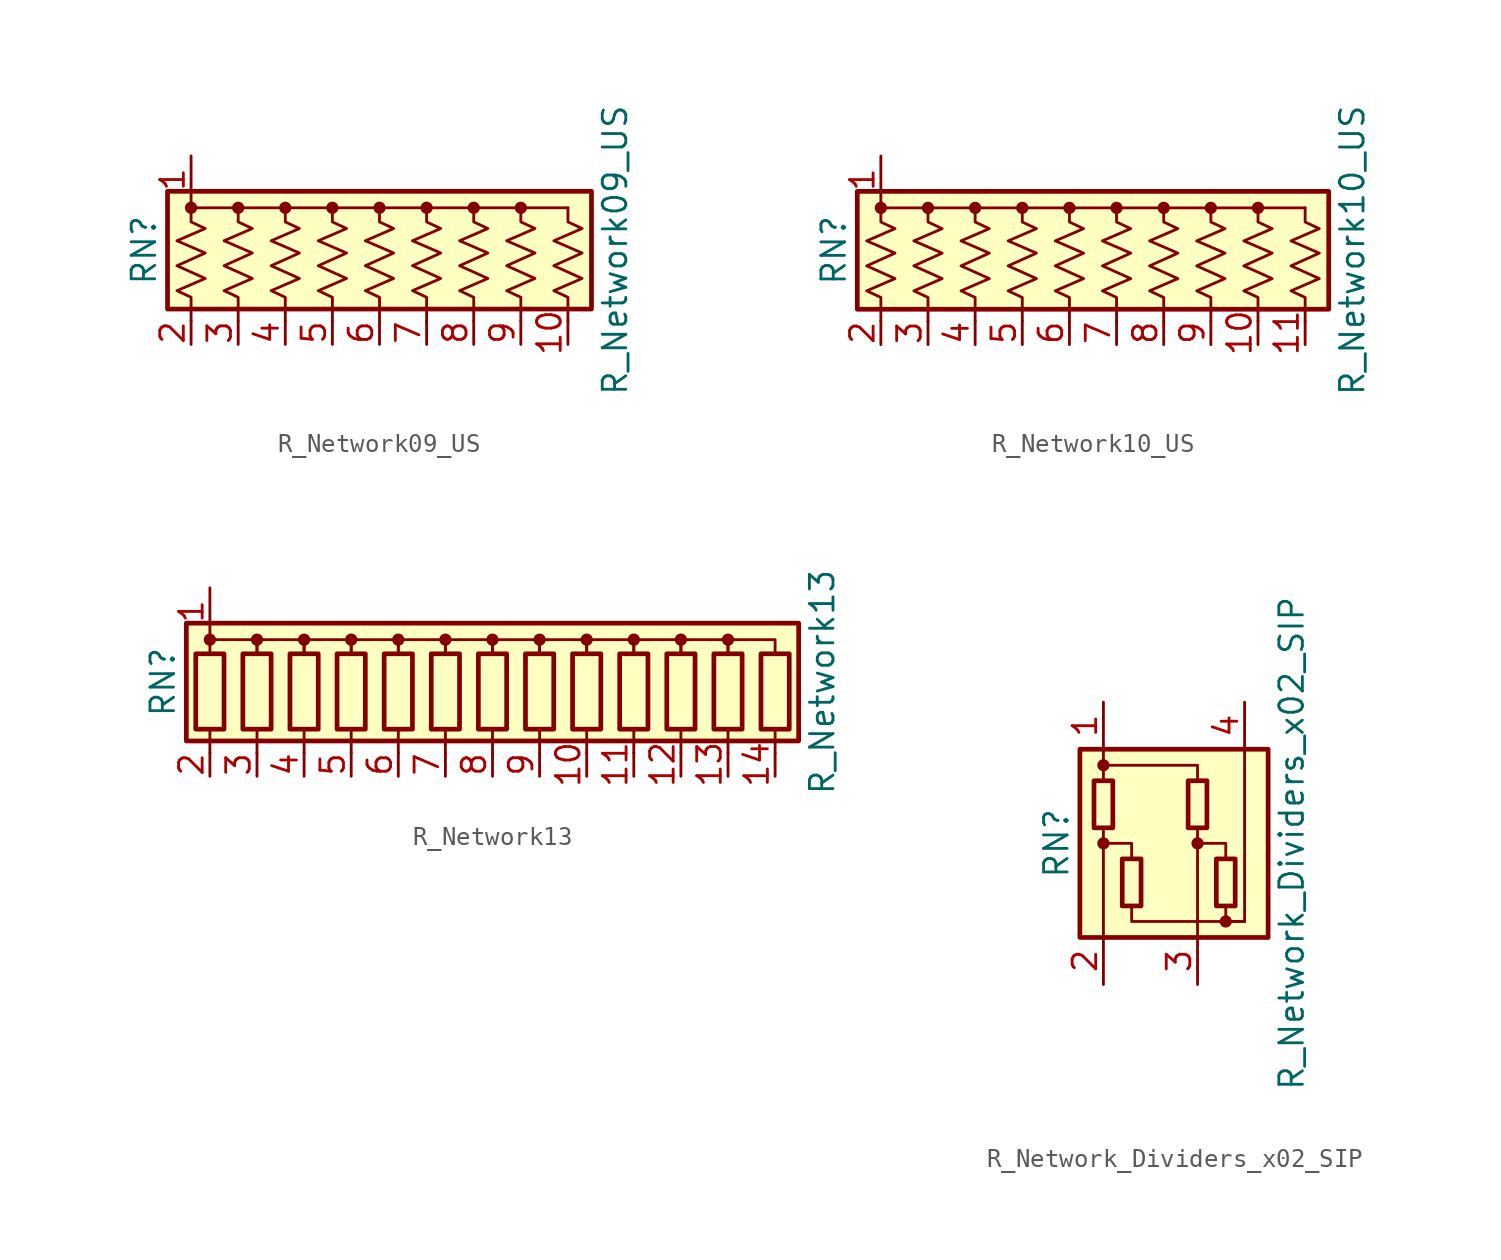
<source format=kicad_sym>
(kicad_symbol_lib
  (version 20220914)
  (generator kicad_symbol_editor)
  (symbol "R_Network09_US"
    (pin_names
      (offset 0) hide)
    (property "Reference" "RN"
      (at -12.7 0 90)
      (effects (font (size 1.27 1.27))))
    (property "Value" "R_Network09_US"
      (at 12.7 0 90)
      (effects (font (size 1.27 1.27))))
    (symbol "R_Network09_US_0_1"
      (rectangle (start -11.43 -3.175) (end 11.43 3.175) (stroke (width 0.254) (type default)) (fill (type background)))
      (circle (center -10.16 2.286) (radius 0.254) (stroke (width 0) (type default)) (fill (type outline)))
      (circle (center -7.62 2.286) (radius 0.254) (stroke (width 0) (type default)) (fill (type outline)))
      (circle (center -5.08 2.286) (radius 0.254) (stroke (width 0) (type default)) (fill (type outline)))
      (circle (center -2.54 2.286) (radius 0.254) (stroke (width 0) (type default)) (fill (type outline)))
      (polyline (pts (xy -10.16 2.286) (xy 10.16 2.286)) (stroke (width 0) (type default)) (fill (type none)))
      (polyline (pts (xy -10.16 2.286) (xy -10.16 1.524) (xy -9.398 1.168) (xy -10.922 0.508) (xy -9.398 -0.152) (xy -10.922 -0.838) (xy -9.398 -1.524) (xy -10.922 -2.184) (xy -10.16 -2.54) (xy -10.16 -3.81)) (stroke (width 0) (type default)) (fill (type none)))
      (polyline (pts (xy -7.62 2.286) (xy -7.62 1.524) (xy -6.858 1.168) (xy -8.382 0.508) (xy -6.858 -0.152) (xy -8.382 -0.838) (xy -6.858 -1.524) (xy -8.382 -2.184) (xy -7.62 -2.54) (xy -7.62 -3.81)) (stroke (width 0) (type default)) (fill (type none)))
      (polyline (pts (xy -5.08 2.286) (xy -5.08 1.524) (xy -4.318 1.168) (xy -5.842 0.508) (xy -4.318 -0.152) (xy -5.842 -0.838) (xy -4.318 -1.524) (xy -5.842 -2.184) (xy -5.08 -2.54) (xy -5.08 -3.81)) (stroke (width 0) (type default)) (fill (type none)))
      (polyline (pts (xy -2.54 2.286) (xy -2.54 1.524) (xy -1.778 1.168) (xy -3.302 0.508) (xy -1.778 -0.152) (xy -3.302 -0.838) (xy -1.778 -1.524) (xy -3.302 -2.184) (xy -2.54 -2.54) (xy -2.54 -3.81)) (stroke (width 0) (type default)) (fill (type none)))
      (polyline (pts (xy 0 2.286) (xy 0 1.524) (xy 0.762 1.168) (xy -0.762 0.508) (xy 0.762 -0.152) (xy -0.762 -0.838) (xy 0.762 -1.524) (xy -0.762 -2.184) (xy 0 -2.54) (xy 0 -3.81)) (stroke (width 0) (type default)) (fill (type none)))
      (polyline (pts (xy 2.54 2.286) (xy 2.54 1.524) (xy 3.302 1.168) (xy 1.778 0.508) (xy 3.302 -0.152) (xy 1.778 -0.838) (xy 3.302 -1.524) (xy 1.778 -2.184) (xy 2.54 -2.54) (xy 2.54 -3.81)) (stroke (width 0) (type default)) (fill (type none)))
      (polyline (pts (xy 5.08 2.286) (xy 5.08 1.524) (xy 5.842 1.168) (xy 4.318 0.508) (xy 5.842 -0.152) (xy 4.318 -0.838) (xy 5.842 -1.524) (xy 4.318 -2.184) (xy 5.08 -2.54) (xy 5.08 -3.81)) (stroke (width 0) (type default)) (fill (type none)))
      (polyline (pts (xy 7.62 2.286) (xy 7.62 1.524) (xy 8.382 1.168) (xy 6.858 0.508) (xy 8.382 -0.152) (xy 6.858 -0.838) (xy 8.382 -1.524) (xy 6.858 -2.184) (xy 7.62 -2.54) (xy 7.62 -3.81)) (stroke (width 0) (type default)) (fill (type none)))
      (polyline (pts (xy 10.16 2.286) (xy 10.16 1.524) (xy 10.922 1.168) (xy 9.398 0.508) (xy 10.922 -0.152) (xy 9.398 -0.838) (xy 10.922 -1.524) (xy 9.398 -2.184) (xy 10.16 -2.54) (xy 10.16 -3.81)) (stroke (width 0) (type default)) (fill (type none)))
      (circle (center 0 2.286) (radius 0.254) (stroke (width 0) (type default)) (fill (type outline)))
      (circle (center 2.54 2.286) (radius 0.254) (stroke (width 0) (type default)) (fill (type outline)))
      (circle (center 5.08 2.286) (radius 0.254) (stroke (width 0) (type default)) (fill (type outline)))
      (circle (center 7.62 2.286) (radius 0.254) (stroke (width 0) (type default)) (fill (type outline))))
    (symbol "R_Network09_US_1_1"
      (pin passive line (at -10.16 5.08 270) (length 2.54) (name "common" (effects (font (size 1.27 1.27)))) (number "1" (effects (font (size 1.27 1.27)))))
      (pin passive line (at 10.16 -5.08 90) (length 1.27) (name "R9" (effects (font (size 1.27 1.27)))) (number "10" (effects (font (size 1.27 1.27)))))
      (pin passive line (at -10.16 -5.08 90) (length 1.27) (name "R1" (effects (font (size 1.27 1.27)))) (number "2" (effects (font (size 1.27 1.27)))))
      (pin passive line (at -7.62 -5.08 90) (length 1.27) (name "R2" (effects (font (size 1.27 1.27)))) (number "3" (effects (font (size 1.27 1.27)))))
      (pin passive line (at -5.08 -5.08 90) (length 1.27) (name "R3" (effects (font (size 1.27 1.27)))) (number "4" (effects (font (size 1.27 1.27)))))
      (pin passive line (at -2.54 -5.08 90) (length 1.27) (name "R4" (effects (font (size 1.27 1.27)))) (number "5" (effects (font (size 1.27 1.27)))))
      (pin passive line (at 0 -5.08 90) (length 1.27) (name "R5" (effects (font (size 1.27 1.27)))) (number "6" (effects (font (size 1.27 1.27)))))
      (pin passive line (at 2.54 -5.08 90) (length 1.27) (name "R6" (effects (font (size 1.27 1.27)))) (number "7" (effects (font (size 1.27 1.27)))))
      (pin passive line (at 5.08 -5.08 90) (length 1.27) (name "R7" (effects (font (size 1.27 1.27)))) (number "8" (effects (font (size 1.27 1.27)))))
      (pin passive line (at 7.62 -5.08 90) (length 1.27) (name "R8" (effects (font (size 1.27 1.27)))) (number "9" (effects (font (size 1.27 1.27)))))))
  (symbol "R_Network10_US"
    (pin_names
      (offset 0) hide)
    (property "Reference" "RN"
      (at -15.24 0 90)
      (effects (font (size 1.27 1.27))))
    (property "Value" "R_Network10_US"
      (at 12.7 0 90)
      (effects (font (size 1.27 1.27))))
    (symbol "R_Network10_US_0_1"
      (rectangle (start -13.97 -3.175) (end 11.43 3.175) (stroke (width 0.254) (type default)) (fill (type background)))
      (circle (center -12.7 2.286) (radius 0.254) (stroke (width 0) (type default)) (fill (type outline)))
      (circle (center -10.16 2.286) (radius 0.254) (stroke (width 0) (type default)) (fill (type outline)))
      (circle (center -7.62 2.286) (radius 0.254) (stroke (width 0) (type default)) (fill (type outline)))
      (circle (center -5.08 2.286) (radius 0.254) (stroke (width 0) (type default)) (fill (type outline)))
      (circle (center -2.54 2.286) (radius 0.254) (stroke (width 0) (type default)) (fill (type outline)))
      (polyline (pts (xy -12.7 2.286) (xy 10.16 2.286)) (stroke (width 0) (type default)) (fill (type none)))
      (polyline (pts (xy -12.7 2.286) (xy -12.7 1.524) (xy -11.938 1.168) (xy -13.462 0.508) (xy -11.938 -0.152) (xy -13.462 -0.838) (xy -11.938 -1.524) (xy -13.462 -2.184) (xy -12.7 -2.54) (xy -12.7 -3.81)) (stroke (width 0) (type default)) (fill (type none)))
      (polyline (pts (xy -10.16 2.286) (xy -10.16 1.524) (xy -9.398 1.168) (xy -10.922 0.508) (xy -9.398 -0.152) (xy -10.922 -0.838) (xy -9.398 -1.524) (xy -10.922 -2.184) (xy -10.16 -2.54) (xy -10.16 -3.81)) (stroke (width 0) (type default)) (fill (type none)))
      (polyline (pts (xy -7.62 2.286) (xy -7.62 1.524) (xy -6.858 1.168) (xy -8.382 0.508) (xy -6.858 -0.152) (xy -8.382 -0.838) (xy -6.858 -1.524) (xy -8.382 -2.184) (xy -7.62 -2.54) (xy -7.62 -3.81)) (stroke (width 0) (type default)) (fill (type none)))
      (polyline (pts (xy -5.08 2.286) (xy -5.08 1.524) (xy -4.318 1.168) (xy -5.842 0.508) (xy -4.318 -0.152) (xy -5.842 -0.838) (xy -4.318 -1.524) (xy -5.842 -2.184) (xy -5.08 -2.54) (xy -5.08 -3.81)) (stroke (width 0) (type default)) (fill (type none)))
      (polyline (pts (xy -2.54 2.286) (xy -2.54 1.524) (xy -1.778 1.168) (xy -3.302 0.508) (xy -1.778 -0.152) (xy -3.302 -0.838) (xy -1.778 -1.524) (xy -3.302 -2.184) (xy -2.54 -2.54) (xy -2.54 -3.81)) (stroke (width 0) (type default)) (fill (type none)))
      (polyline (pts (xy 0 2.286) (xy 0 1.524) (xy 0.762 1.168) (xy -0.762 0.508) (xy 0.762 -0.152) (xy -0.762 -0.838) (xy 0.762 -1.524) (xy -0.762 -2.184) (xy 0 -2.54) (xy 0 -3.81)) (stroke (width 0) (type default)) (fill (type none)))
      (polyline (pts (xy 2.54 2.286) (xy 2.54 1.524) (xy 3.302 1.168) (xy 1.778 0.508) (xy 3.302 -0.152) (xy 1.778 -0.838) (xy 3.302 -1.524) (xy 1.778 -2.184) (xy 2.54 -2.54) (xy 2.54 -3.81)) (stroke (width 0) (type default)) (fill (type none)))
      (polyline (pts (xy 5.08 2.286) (xy 5.08 1.524) (xy 5.842 1.168) (xy 4.318 0.508) (xy 5.842 -0.152) (xy 4.318 -0.838) (xy 5.842 -1.524) (xy 4.318 -2.184) (xy 5.08 -2.54) (xy 5.08 -3.81)) (stroke (width 0) (type default)) (fill (type none)))
      (polyline (pts (xy 7.62 2.286) (xy 7.62 1.524) (xy 8.382 1.168) (xy 6.858 0.508) (xy 8.382 -0.152) (xy 6.858 -0.838) (xy 8.382 -1.524) (xy 6.858 -2.184) (xy 7.62 -2.54) (xy 7.62 -3.81)) (stroke (width 0) (type default)) (fill (type none)))
      (polyline (pts (xy 10.16 2.286) (xy 10.16 1.524) (xy 10.922 1.168) (xy 9.398 0.508) (xy 10.922 -0.152) (xy 9.398 -0.838) (xy 10.922 -1.524) (xy 9.398 -2.184) (xy 10.16 -2.54) (xy 10.16 -3.81)) (stroke (width 0) (type default)) (fill (type none)))
      (circle (center 0 2.286) (radius 0.254) (stroke (width 0) (type default)) (fill (type outline)))
      (circle (center 2.54 2.286) (radius 0.254) (stroke (width 0) (type default)) (fill (type outline)))
      (circle (center 5.08 2.286) (radius 0.254) (stroke (width 0) (type default)) (fill (type outline)))
      (circle (center 7.62 2.286) (radius 0.254) (stroke (width 0) (type default)) (fill (type outline))))
    (symbol "R_Network10_US_1_1"
      (pin passive line (at -12.7 5.08 270) (length 2.54) (name "common" (effects (font (size 1.27 1.27)))) (number "1" (effects (font (size 1.27 1.27)))))
      (pin passive line (at 7.62 -5.08 90) (length 1.27) (name "R9" (effects (font (size 1.27 1.27)))) (number "10" (effects (font (size 1.27 1.27)))))
      (pin passive line (at 10.16 -5.08 90) (length 1.27) (name "R10" (effects (font (size 1.27 1.27)))) (number "11" (effects (font (size 1.27 1.27)))))
      (pin passive line (at -12.7 -5.08 90) (length 1.27) (name "R1" (effects (font (size 1.27 1.27)))) (number "2" (effects (font (size 1.27 1.27)))))
      (pin passive line (at -10.16 -5.08 90) (length 1.27) (name "R2" (effects (font (size 1.27 1.27)))) (number "3" (effects (font (size 1.27 1.27)))))
      (pin passive line (at -7.62 -5.08 90) (length 1.27) (name "R3" (effects (font (size 1.27 1.27)))) (number "4" (effects (font (size 1.27 1.27)))))
      (pin passive line (at -5.08 -5.08 90) (length 1.27) (name "R4" (effects (font (size 1.27 1.27)))) (number "5" (effects (font (size 1.27 1.27)))))
      (pin passive line (at -2.54 -5.08 90) (length 1.27) (name "R5" (effects (font (size 1.27 1.27)))) (number "6" (effects (font (size 1.27 1.27)))))
      (pin passive line (at 0 -5.08 90) (length 1.27) (name "R6" (effects (font (size 1.27 1.27)))) (number "7" (effects (font (size 1.27 1.27)))))
      (pin passive line (at 2.54 -5.08 90) (length 1.27) (name "R7" (effects (font (size 1.27 1.27)))) (number "8" (effects (font (size 1.27 1.27)))))
      (pin passive line (at 5.08 -5.08 90) (length 1.27) (name "R8" (effects (font (size 1.27 1.27)))) (number "9" (effects (font (size 1.27 1.27)))))))
  (symbol "R_Network13"
    (pin_names
      (offset 0) hide)
    (property "Reference" "RN"
      (at -17.78 0 90)
      (effects (font (size 1.27 1.27))))
    (property "Value" "R_Network13"
      (at 17.78 0 90)
      (effects (font (size 1.27 1.27))))
    (symbol "R_Network13_0_1"
      (rectangle (start -16.51 -3.175) (end 16.51 3.175) (stroke (width 0.254) (type default)) (fill (type background)))
      (rectangle (start -16.002 1.524) (end -14.478 -2.54) (stroke (width 0.254) (type default)) (fill (type none)))
      (circle (center -15.24 2.286) (radius 0.254) (stroke (width 0) (type default)) (fill (type outline)))
      (rectangle (start -13.462 1.524) (end -11.938 -2.54) (stroke (width 0.254) (type default)) (fill (type none)))
      (circle (center -12.7 2.286) (radius 0.254) (stroke (width 0) (type default)) (fill (type outline)))
      (rectangle (start -10.922 1.524) (end -9.398 -2.54) (stroke (width 0.254) (type default)) (fill (type none)))
      (circle (center -10.16 2.286) (radius 0.254) (stroke (width 0) (type default)) (fill (type outline)))
      (rectangle (start -8.382 1.524) (end -6.858 -2.54) (stroke (width 0.254) (type default)) (fill (type none)))
      (circle (center -7.62 2.286) (radius 0.254) (stroke (width 0) (type default)) (fill (type outline)))
      (rectangle (start -5.842 1.524) (end -4.318 -2.54) (stroke (width 0.254) (type default)) (fill (type none)))
      (circle (center -5.08 2.286) (radius 0.254) (stroke (width 0) (type default)) (fill (type outline)))
      (rectangle (start -3.302 1.524) (end -1.778 -2.54) (stroke (width 0.254) (type default)) (fill (type none)))
      (circle (center -2.54 2.286) (radius 0.254) (stroke (width 0) (type default)) (fill (type outline)))
      (rectangle (start -0.762 1.524) (end 0.762 -2.54) (stroke (width 0.254) (type default)) (fill (type none)))
      (polyline (pts (xy -15.24 -2.54) (xy -15.24 -3.81)) (stroke (width 0) (type default)) (fill (type none)))
      (polyline (pts (xy -12.7 -2.54) (xy -12.7 -3.81)) (stroke (width 0) (type default)) (fill (type none)))
      (polyline (pts (xy -10.16 -2.54) (xy -10.16 -3.81)) (stroke (width 0) (type default)) (fill (type none)))
      (polyline (pts (xy -7.62 -2.54) (xy -7.62 -3.81)) (stroke (width 0) (type default)) (fill (type none)))
      (polyline (pts (xy -5.08 -2.54) (xy -5.08 -3.81)) (stroke (width 0) (type default)) (fill (type none)))
      (polyline (pts (xy -2.54 -2.54) (xy -2.54 -3.81)) (stroke (width 0) (type default)) (fill (type none)))
      (polyline (pts (xy 0 -2.54) (xy 0 -3.81)) (stroke (width 0) (type default)) (fill (type none)))
      (polyline (pts (xy 2.54 -2.54) (xy 2.54 -3.81)) (stroke (width 0) (type default)) (fill (type none)))
      (polyline (pts (xy 5.08 -2.54) (xy 5.08 -3.81)) (stroke (width 0) (type default)) (fill (type none)))
      (polyline (pts (xy 7.62 -2.54) (xy 7.62 -3.81)) (stroke (width 0) (type default)) (fill (type none)))
      (polyline (pts (xy 10.16 -2.54) (xy 10.16 -3.81)) (stroke (width 0) (type default)) (fill (type none)))
      (polyline (pts (xy 12.7 -2.54) (xy 12.7 -3.81)) (stroke (width 0) (type default)) (fill (type none)))
      (polyline (pts (xy 15.24 -2.54) (xy 15.24 -3.81)) (stroke (width 0) (type default)) (fill (type none)))
      (polyline (pts (xy -15.24 1.524) (xy -15.24 2.286) (xy -12.7 2.286) (xy -12.7 1.524)) (stroke (width 0) (type default)) (fill (type none)))
      (polyline (pts (xy -12.7 1.524) (xy -12.7 2.286) (xy -10.16 2.286) (xy -10.16 1.524)) (stroke (width 0) (type default)) (fill (type none)))
      (polyline (pts (xy -10.16 1.524) (xy -10.16 2.286) (xy -7.62 2.286) (xy -7.62 1.524)) (stroke (width 0) (type default)) (fill (type none)))
      (polyline (pts (xy -7.62 1.524) (xy -7.62 2.286) (xy -5.08 2.286) (xy -5.08 1.524)) (stroke (width 0) (type default)) (fill (type none)))
      (polyline (pts (xy -5.08 1.524) (xy -5.08 2.286) (xy -2.54 2.286) (xy -2.54 1.524)) (stroke (width 0) (type default)) (fill (type none)))
      (polyline (pts (xy -2.54 1.524) (xy -2.54 2.286) (xy 0 2.286) (xy 0 1.524)) (stroke (width 0) (type default)) (fill (type none)))
      (polyline (pts (xy 0 1.524) (xy 0 2.286) (xy 2.54 2.286) (xy 2.54 1.524)) (stroke (width 0) (type default)) (fill (type none)))
      (polyline (pts (xy 2.54 1.524) (xy 2.54 2.286) (xy 5.08 2.286) (xy 5.08 1.524)) (stroke (width 0) (type default)) (fill (type none)))
      (polyline (pts (xy 5.08 1.524) (xy 5.08 2.286) (xy 7.62 2.286) (xy 7.62 1.524)) (stroke (width 0) (type default)) (fill (type none)))
      (polyline (pts (xy 7.62 1.524) (xy 7.62 2.286) (xy 10.16 2.286) (xy 10.16 1.524)) (stroke (width 0) (type default)) (fill (type none)))
      (polyline (pts (xy 10.16 1.524) (xy 10.16 2.286) (xy 12.7 2.286) (xy 12.7 1.524)) (stroke (width 0) (type default)) (fill (type none)))
      (polyline (pts (xy 12.7 1.524) (xy 12.7 2.286) (xy 15.24 2.286) (xy 15.24 1.524)) (stroke (width 0) (type default)) (fill (type none)))
      (circle (center 0 2.286) (radius 0.254) (stroke (width 0) (type default)) (fill (type outline)))
      (rectangle (start 1.778 1.524) (end 3.302 -2.54) (stroke (width 0.254) (type default)) (fill (type none)))
      (circle (center 2.54 2.286) (radius 0.254) (stroke (width 0) (type default)) (fill (type outline)))
      (rectangle (start 4.318 1.524) (end 5.842 -2.54) (stroke (width 0.254) (type default)) (fill (type none)))
      (circle (center 5.08 2.286) (radius 0.254) (stroke (width 0) (type default)) (fill (type outline)))
      (rectangle (start 6.858 1.524) (end 8.382 -2.54) (stroke (width 0.254) (type default)) (fill (type none)))
      (circle (center 7.62 2.286) (radius 0.254) (stroke (width 0) (type default)) (fill (type outline)))
      (rectangle (start 9.398 1.524) (end 10.922 -2.54) (stroke (width 0.254) (type default)) (fill (type none)))
      (circle (center 10.16 2.286) (radius 0.254) (stroke (width 0) (type default)) (fill (type outline)))
      (rectangle (start 11.938 1.524) (end 13.462 -2.54) (stroke (width 0.254) (type default)) (fill (type none)))
      (circle (center 12.7 2.286) (radius 0.254) (stroke (width 0) (type default)) (fill (type outline)))
      (rectangle (start 14.478 1.524) (end 16.002 -2.54) (stroke (width 0.254) (type default)) (fill (type none))))
    (symbol "R_Network13_1_1"
      (pin passive line (at -15.24 5.08 270) (length 2.54) (name "common" (effects (font (size 1.27 1.27)))) (number "1" (effects (font (size 1.27 1.27)))))
      (pin passive line (at 5.08 -5.08 90) (length 1.27) (name "R9" (effects (font (size 1.27 1.27)))) (number "10" (effects (font (size 1.27 1.27)))))
      (pin passive line (at 7.62 -5.08 90) (length 1.27) (name "R10" (effects (font (size 1.27 1.27)))) (number "11" (effects (font (size 1.27 1.27)))))
      (pin passive line (at 10.16 -5.08 90) (length 1.27) (name "R11" (effects (font (size 1.27 1.27)))) (number "12" (effects (font (size 1.27 1.27)))))
      (pin passive line (at 12.7 -5.08 90) (length 1.27) (name "R12" (effects (font (size 1.27 1.27)))) (number "13" (effects (font (size 1.27 1.27)))))
      (pin passive line (at 15.24 -5.08 90) (length 1.27) (name "R13" (effects (font (size 1.27 1.27)))) (number "14" (effects (font (size 1.27 1.27)))))
      (pin passive line (at -15.24 -5.08 90) (length 1.27) (name "R1" (effects (font (size 1.27 1.27)))) (number "2" (effects (font (size 1.27 1.27)))))
      (pin passive line (at -12.7 -5.08 90) (length 1.27) (name "R2" (effects (font (size 1.27 1.27)))) (number "3" (effects (font (size 1.27 1.27)))))
      (pin passive line (at -10.16 -5.08 90) (length 1.27) (name "R3" (effects (font (size 1.27 1.27)))) (number "4" (effects (font (size 1.27 1.27)))))
      (pin passive line (at -7.62 -5.08 90) (length 1.27) (name "R4" (effects (font (size 1.27 1.27)))) (number "5" (effects (font (size 1.27 1.27)))))
      (pin passive line (at -5.08 -5.08 90) (length 1.27) (name "R5" (effects (font (size 1.27 1.27)))) (number "6" (effects (font (size 1.27 1.27)))))
      (pin passive line (at -2.54 -5.08 90) (length 1.27) (name "R6" (effects (font (size 1.27 1.27)))) (number "7" (effects (font (size 1.27 1.27)))))
      (pin passive line (at 0 -5.08 90) (length 1.27) (name "R7" (effects (font (size 1.27 1.27)))) (number "8" (effects (font (size 1.27 1.27)))))
      (pin passive line (at 2.54 -5.08 90) (length 1.27) (name "R8" (effects (font (size 1.27 1.27)))) (number "9" (effects (font (size 1.27 1.27)))))))
  (symbol "R_Network_Dividers_x02_SIP"
    (pin_names
      (offset 0) hide)
    (property "Reference" "RN"
      (at -7.62 0 90)
      (effects (font (size 1.27 1.27))))
    (property "Value" "R_Network_Dividers_x02_SIP"
      (at 5.08 0 90)
      (effects (font (size 1.27 1.27))))
    (symbol "R_Network_Dividers_x02_SIP_0_1"
      (rectangle (start -6.35 -5.08) (end 3.81 5.08) (stroke (width 0.254) (type default)) (fill (type background)))
      (rectangle (start -5.588 3.378) (end -4.572 0.838) (stroke (width 0.254) (type default)) (fill (type none)))
      (circle (center -5.08 0) (radius 0.254) (stroke (width 0) (type default)) (fill (type outline)))
      (circle (center -5.08 4.216) (radius 0.254) (stroke (width 0) (type default)) (fill (type outline)))
      (rectangle (start -4.064 -3.378) (end -3.048 -0.838) (stroke (width 0.254) (type default)) (fill (type none)))
      (rectangle (start -0.508 3.378) (end 0.508 0.838) (stroke (width 0.254) (type default)) (fill (type none)))
      (polyline (pts (xy -5.08 -5.08) (xy -5.08 0.838)) (stroke (width 0) (type default)) (fill (type none)))
      (polyline (pts (xy -5.08 5.08) (xy -5.08 3.378)) (stroke (width 0) (type default)) (fill (type none)))
      (polyline (pts (xy 0 -5.08) (xy 0 0.838)) (stroke (width 0) (type default)) (fill (type none)))
      (polyline (pts (xy 2.54 -4.216) (xy 2.54 5.08)) (stroke (width 0) (type default)) (fill (type none)))
      (polyline (pts (xy -5.08 0) (xy -3.556 0) (xy -3.556 -0.838)) (stroke (width 0) (type default)) (fill (type none)))
      (polyline (pts (xy -5.08 4.216) (xy 0 4.216) (xy 0 3.378)) (stroke (width 0) (type default)) (fill (type none)))
      (polyline (pts (xy -3.556 -3.378) (xy -3.556 -4.216) (xy 2.54 -4.216)) (stroke (width 0) (type default)) (fill (type none)))
      (polyline (pts (xy 0 0) (xy 1.524 0) (xy 1.524 -0.838)) (stroke (width 0) (type default)) (fill (type none)))
      (polyline (pts (xy 1.524 -3.378) (xy 1.524 -4.216) (xy 2.54 -4.216)) (stroke (width 0) (type default)) (fill (type none)))
      (circle (center 0 0) (radius 0.254) (stroke (width 0) (type default)) (fill (type outline)))
      (rectangle (start 1.016 -3.378) (end 2.032 -0.838) (stroke (width 0.254) (type default)) (fill (type none)))
      (circle (center 1.524 -4.216) (radius 0.254) (stroke (width 0) (type default)) (fill (type outline))))
    (symbol "R_Network_Dividers_x02_SIP_1_1"
      (pin passive line (at -5.08 7.62 270) (length 2.54) (name "COM1" (effects (font (size 1.27 1.27)))) (number "1" (effects (font (size 1.27 1.27)))))
      (pin passive line (at -5.08 -7.62 90) (length 2.54) (name "R1" (effects (font (size 1.27 1.27)))) (number "2" (effects (font (size 1.27 1.27)))))
      (pin passive line (at 0 -7.62 90) (length 2.54) (name "R2" (effects (font (size 1.27 1.27)))) (number "3" (effects (font (size 1.27 1.27)))))
      (pin passive line (at 2.54 7.62 270) (length 2.54) (name "COM2" (effects (font (size 1.27 1.27)))) (number "4" (effects (font (size 1.27 1.27))))))))
</source>
